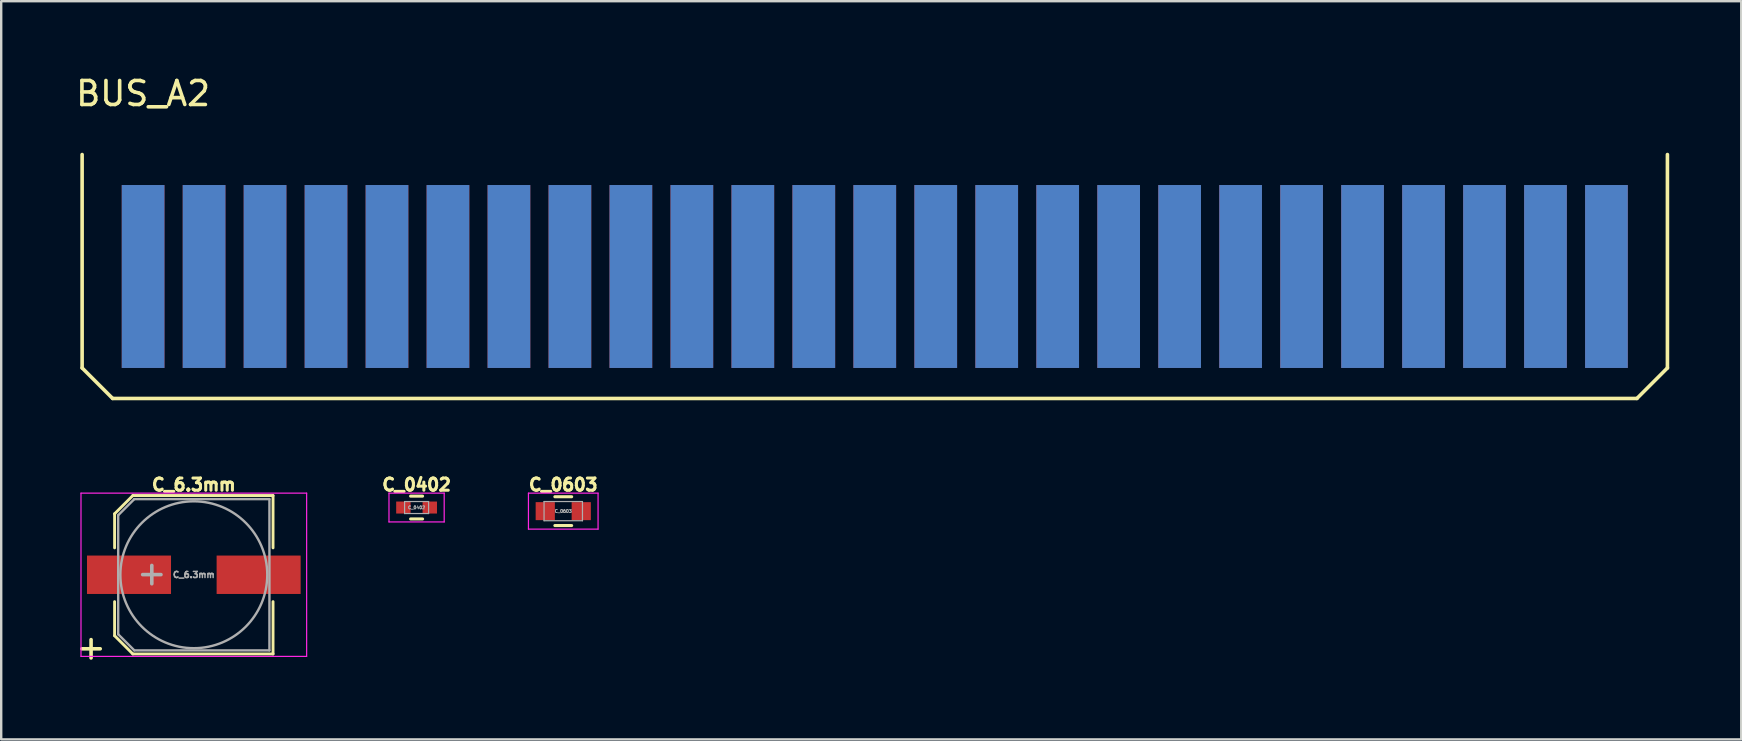
<source format=kicad_pcb>
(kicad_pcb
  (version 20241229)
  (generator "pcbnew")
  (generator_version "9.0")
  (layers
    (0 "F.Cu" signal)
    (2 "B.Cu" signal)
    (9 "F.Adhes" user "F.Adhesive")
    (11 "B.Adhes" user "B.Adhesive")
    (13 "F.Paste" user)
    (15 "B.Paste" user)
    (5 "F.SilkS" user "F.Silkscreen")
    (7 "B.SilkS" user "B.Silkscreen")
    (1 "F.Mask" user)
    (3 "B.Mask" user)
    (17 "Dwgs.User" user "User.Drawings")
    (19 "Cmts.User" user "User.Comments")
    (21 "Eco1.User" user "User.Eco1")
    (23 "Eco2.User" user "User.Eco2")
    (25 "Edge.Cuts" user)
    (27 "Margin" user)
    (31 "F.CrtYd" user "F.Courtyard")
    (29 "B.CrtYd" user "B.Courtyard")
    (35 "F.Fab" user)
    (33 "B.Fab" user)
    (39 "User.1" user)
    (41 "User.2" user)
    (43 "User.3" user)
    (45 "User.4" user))
  (footprint "C_0603"
    (layer "F.Cu")
    (at 20.414 18.243)
    (property "Reference" "C_0603" (at 0 -1.1 0) (layer "F.SilkS") (effects (font (size 0.508 0.508) (thickness 0.127))))
    (attr smd)
    (fp_line (start -0.35 -0.6) (end 0.35 -0.6) (stroke (width 0.127) (type solid)) (layer "F.SilkS"))
    (fp_line (start 0.35 0.6) (end -0.35 0.6) (stroke (width 0.127) (type solid)) (layer "F.SilkS"))
    (fp_line (start -1.45 -0.75) (end -1.45 0.75) (stroke (width 0.05) (type solid)) (layer "F.CrtYd"))
    (fp_line (start -1.45 -0.75) (end 1.45 -0.75) (stroke (width 0.05) (type solid)) (layer "F.CrtYd"))
    (fp_line (start -1.45 0.75) (end 1.45 0.75) (stroke (width 0.05) (type solid)) (layer "F.CrtYd"))
    (fp_line (start 1.45 -0.75) (end 1.45 0.75) (stroke (width 0.05) (type solid)) (layer "F.CrtYd"))
    (fp_line (start -0.8 -0.4) (end 0.8 -0.4) (stroke (width 0.05) (type solid)) (layer "F.Fab"))
    (fp_line (start -0.8 0.4) (end -0.8 -0.4) (stroke (width 0.05) (type solid)) (layer "F.Fab"))
    (fp_line (start 0.8 -0.4) (end 0.8 0.4) (stroke (width 0.05) (type solid)) (layer "F.Fab"))
    (fp_line (start 0.8 0.4) (end -0.8 0.4) (stroke (width 0.05) (type solid)) (layer "F.Fab"))
    (fp_text user "${REFERENCE}" (at 0 0 0) (layer "F.Fab") (effects (font (size 0.127 0.127) (thickness 0.032))))
    (pad "1" smd rect (at -0.75 0) (size 0.8 0.75) (layers "F.Cu" "F.Mask" "F.Paste"))
    (pad "2" smd rect (at 0.75 0) (size 0.8 0.75) (layers "F.Cu" "F.Mask" "F.Paste")))
  (footprint "C_6.3mm"
    (layer "F.Cu")
    (at 5.024 20.893)
    (property "Reference" "C_6.3mm" (at 0 -3.75 0) (layer "F.SilkS") (effects (font (size 0.508 0.508) (thickness 0.127))))
    (attr smd)
    (fp_line (start -3.3 -2.54) (end -3.3 -1.12) (stroke (width 0.12) (type solid)) (layer "F.SilkS"))
    (fp_line (start -3.3 -2.54) (end -2.54 -3.3) (stroke (width 0.12) (type solid)) (layer "F.SilkS"))
    (fp_line (start -3.3 2.54) (end -3.3 1.12) (stroke (width 0.12) (type solid)) (layer "F.SilkS"))
    (fp_line (start -2.54 -3.3) (end 3.3 -3.3) (stroke (width 0.12) (type solid)) (layer "F.SilkS"))
    (fp_line (start -2.54 3.3) (end -3.3 2.54) (stroke (width 0.12) (type solid)) (layer "F.SilkS"))
    (fp_line (start 3.3 -3.3) (end 3.3 -1.12) (stroke (width 0.12) (type solid)) (layer "F.SilkS"))
    (fp_line (start 3.3 3.3) (end -2.54 3.3) (stroke (width 0.12) (type solid)) (layer "F.SilkS"))
    (fp_line (start 3.3 3.3) (end 3.3 1.12) (stroke (width 0.12) (type solid)) (layer "F.SilkS"))
    (fp_line (start -4.7 -3.4) (end -4.7 3.4) (stroke (width 0.05) (type solid)) (layer "F.CrtYd"))
    (fp_line (start -4.7 -3.4) (end 4.7 -3.4) (stroke (width 0.05) (type solid)) (layer "F.CrtYd"))
    (fp_line (start 4.7 3.4) (end -4.7 3.4) (stroke (width 0.05) (type solid)) (layer "F.CrtYd"))
    (fp_line (start 4.7 3.4) (end 4.7 -3.4) (stroke (width 0.05) (type solid)) (layer "F.CrtYd"))
    (fp_line (start -3.15 -2.48) (end -3.15 2.48) (stroke (width 0.1) (type solid)) (layer "F.Fab"))
    (fp_line (start -3.15 2.48) (end -2.48 3.15) (stroke (width 0.1) (type solid)) (layer "F.Fab"))
    (fp_line (start -2.48 -3.15) (end -3.15 -2.48) (stroke (width 0.1) (type solid)) (layer "F.Fab"))
    (fp_line (start -2.48 3.15) (end 3.15 3.15) (stroke (width 0.1) (type solid)) (layer "F.Fab"))
    (fp_line (start 3.15 -3.15) (end -2.48 -3.15) (stroke (width 0.1) (type solid)) (layer "F.Fab"))
    (fp_line (start 3.15 3.15) (end 3.15 -3.15) (stroke (width 0.1) (type solid)) (layer "F.Fab"))
    (fp_circle (center 0 0) (end 0.6 3) (stroke (width 0.1) (type solid)) (fill no) (layer "F.Fab"))
    (fp_text user "+" (at -4.28 3.01 0) (layer "F.SilkS") (effects (font (size 1 1) (thickness 0.15))))
    (fp_text user "+" (at -1.75 -0.08 0) (layer "F.Fab") (effects (font (size 1 1) (thickness 0.15))))
    (fp_text user "${REFERENCE}" (at 0 0 0) (layer "F.Fab") (effects (font (size 0.254 0.254) (thickness 0.064))))
    (pad "1" smd rect (at -2.7 0 180) (size 3.5 1.6) (layers "F.Cu" "F.Mask" "F.Paste"))
    (pad "2" smd rect (at 2.7 0 180) (size 3.5 1.6) (layers "F.Cu" "F.Mask" "F.Paste")))
  (footprint "BUS_A2"
    (layer "F.Cu")
    (at 25.771 8.468)
    (property "Reference" "BUS_A2" (at -22.86 -7.62 0) (layer "F.SilkS") (effects (font (size 1 1) (thickness 0.15))))
    (attr through_hole)
    (fp_line (start -25.4 3.81) (end -25.4 -5.08) (stroke (width 0.15) (type solid)) (layer "F.SilkS"))
    (fp_line (start -24.13 5.08) (end -25.4 3.81) (stroke (width 0.15) (type solid)) (layer "F.SilkS"))
    (fp_line (start 39.37 5.08) (end -24.13 5.08) (stroke (width 0.15) (type solid)) (layer "F.SilkS"))
    (fp_line (start 40.64 -5.08) (end 40.64 3.81) (stroke (width 0.15) (type solid)) (layer "F.SilkS"))
    (fp_line (start 40.64 3.81) (end 39.37 5.08) (stroke (width 0.15) (type solid)) (layer "F.SilkS"))
    (pad "1" connect rect (at -22.86 0 180) (size 1.778 7.62) (layers "F.Cu" "F.Mask"))
    (pad "2" connect rect (at -20.32 0 180) (size 1.778 7.62) (layers "F.Cu" "F.Mask"))
    (pad "3" connect rect (at -17.78 0 180) (size 1.778 7.62) (layers "F.Cu" "F.Mask"))
    (pad "4" connect rect (at -15.24 0 180) (size 1.778 7.62) (layers "F.Cu" "F.Mask"))
    (pad "5" connect rect (at -12.7 0 180) (size 1.778 7.62) (layers "F.Cu" "F.Mask"))
    (pad "6" connect rect (at -10.16 0 180) (size 1.778 7.62) (layers "F.Cu" "F.Mask"))
    (pad "7" connect rect (at -7.62 0 180) (size 1.778 7.62) (layers "F.Cu" "F.Mask"))
    (pad "8" connect rect (at -5.08 0 180) (size 1.778 7.62) (layers "F.Cu" "F.Mask"))
    (pad "9" connect rect (at -2.54 0 180) (size 1.778 7.62) (layers "F.Cu" "F.Mask"))
    (pad "10" connect rect (at 0 0 180) (size 1.778 7.62) (layers "F.Cu" "F.Mask"))
    (pad "11" connect rect (at 2.54 0 180) (size 1.778 7.62) (layers "F.Cu" "F.Mask"))
    (pad "12" connect rect (at 5.08 0 180) (size 1.778 7.62) (layers "F.Cu" "F.Mask"))
    (pad "13" connect rect (at 7.62 0 180) (size 1.778 7.62) (layers "F.Cu" "F.Mask"))
    (pad "14" connect rect (at 10.16 0 180) (size 1.778 7.62) (layers "F.Cu" "F.Mask"))
    (pad "15" connect rect (at 12.7 0 180) (size 1.778 7.62) (layers "F.Cu" "F.Mask"))
    (pad "16" connect rect (at 15.24 0 180) (size 1.778 7.62) (layers "F.Cu" "F.Mask"))
    (pad "17" connect rect (at 17.78 0 180) (size 1.778 7.62) (layers "F.Cu" "F.Mask"))
    (pad "18" connect rect (at 20.32 0 180) (size 1.778 7.62) (layers "F.Cu" "F.Mask"))
    (pad "19" connect rect (at 22.86 0 180) (size 1.778 7.62) (layers "F.Cu" "F.Mask"))
    (pad "20" connect rect (at 25.4 0 180) (size 1.778 7.62) (layers "F.Cu" "F.Mask"))
    (pad "21" connect rect (at 27.94 0 180) (size 1.778 7.62) (layers "F.Cu" "F.Mask"))
    (pad "22" connect rect (at 30.48 0 180) (size 1.778 7.62) (layers "F.Cu" "F.Mask"))
    (pad "23" connect rect (at 33.02 0 180) (size 1.778 7.62) (layers "F.Cu" "F.Mask"))
    (pad "24" connect rect (at 35.56 0 180) (size 1.778 7.62) (layers "F.Cu" "F.Mask"))
    (pad "25" connect rect (at 38.1 0 180) (size 1.778 7.62) (layers "F.Cu" "F.Mask"))
    (pad "26" connect rect (at 38.1 0 180) (size 1.778 7.62) (layers "B.Cu" "B.Mask"))
    (pad "27" connect rect (at 35.56 0 180) (size 1.778 7.62) (layers "B.Cu" "B.Mask"))
    (pad "28" connect rect (at 33.02 0 180) (size 1.778 7.62) (layers "B.Cu" "B.Mask"))
    (pad "29" connect rect (at 30.48 0 180) (size 1.778 7.62) (layers "B.Cu" "B.Mask"))
    (pad "30" connect rect (at 27.94 0 180) (size 1.778 7.62) (layers "B.Cu" "B.Mask"))
    (pad "31" connect rect (at 25.4 0 180) (size 1.778 7.62) (layers "B.Cu" "B.Mask"))
    (pad "32" connect rect (at 22.86 0 180) (size 1.778 7.62) (layers "B.Cu" "B.Mask"))
    (pad "33" connect rect (at 20.32 0 180) (size 1.778 7.62) (layers "B.Cu" "B.Mask"))
    (pad "34" connect rect (at 17.78 0 180) (size 1.778 7.62) (layers "B.Cu" "B.Mask"))
    (pad "35" connect rect (at 15.24 0 180) (size 1.778 7.62) (layers "B.Cu" "B.Mask"))
    (pad "36" connect rect (at 12.7 0 180) (size 1.778 7.62) (layers "B.Cu" "B.Mask"))
    (pad "37" connect rect (at 10.16 0 180) (size 1.778 7.62) (layers "B.Cu" "B.Mask"))
    (pad "38" connect rect (at 7.62 0 180) (size 1.778 7.62) (layers "B.Cu" "B.Mask"))
    (pad "39" connect rect (at 5.08 0 180) (size 1.778 7.62) (layers "B.Cu" "B.Mask"))
    (pad "40" connect rect (at 2.54 0 180) (size 1.778 7.62) (layers "B.Cu" "B.Mask"))
    (pad "41" connect rect (at 0 0 180) (size 1.778 7.62) (layers "B.Cu" "B.Mask"))
    (pad "42" connect rect (at -2.54 0 180) (size 1.778 7.62) (layers "B.Cu" "B.Mask"))
    (pad "43" connect rect (at -5.08 0 180) (size 1.778 7.62) (layers "B.Cu" "B.Mask"))
    (pad "44" connect rect (at -7.62 0 180) (size 1.778 7.62) (layers "B.Cu" "B.Mask"))
    (pad "45" connect rect (at -10.16 0 180) (size 1.778 7.62) (layers "B.Cu" "B.Mask"))
    (pad "46" connect rect (at -12.7 0 180) (size 1.778 7.62) (layers "B.Cu" "B.Mask"))
    (pad "47" connect rect (at -15.24 0 180) (size 1.778 7.62) (layers "B.Cu" "B.Mask"))
    (pad "48" connect rect (at -17.78 0 180) (size 1.778 7.62) (layers "B.Cu" "B.Mask"))
    (pad "49" connect rect (at -20.32 0 180) (size 1.778 7.62) (layers "B.Cu" "B.Mask"))
    (pad "50" connect rect (at -22.86 0 180) (size 1.778 7.62) (layers "B.Cu" "B.Mask")))
  (footprint "C_0402"
    (layer "F.Cu")
    (at 14.304 18.093)
    (property "Reference" "C_0402" (at 0 -0.95 0) (layer "F.SilkS") (effects (font (size 0.508 0.508) (thickness 0.127))))
    (attr smd)
    (fp_line (start -0.25 0.475) (end 0.25 0.475) (stroke (width 0.127) (type solid)) (layer "F.SilkS"))
    (fp_line (start 0.25 -0.475) (end -0.25 -0.475) (stroke (width 0.127) (type solid)) (layer "F.SilkS"))
    (fp_line (start -1.15 -0.6) (end -1.15 0.6) (stroke (width 0.05) (type solid)) (layer "F.CrtYd"))
    (fp_line (start -1.15 -0.6) (end 1.15 -0.6) (stroke (width 0.05) (type solid)) (layer "F.CrtYd"))
    (fp_line (start -1.15 0.6) (end 1.15 0.6) (stroke (width 0.05) (type solid)) (layer "F.CrtYd"))
    (fp_line (start 1.15 -0.6) (end 1.15 0.6) (stroke (width 0.05) (type solid)) (layer "F.CrtYd"))
    (fp_line (start -0.5 -0.25) (end 0.5 -0.25) (stroke (width 0.05) (type solid)) (layer "F.Fab"))
    (fp_line (start -0.5 0.25) (end -0.5 -0.25) (stroke (width 0.05) (type solid)) (layer "F.Fab"))
    (fp_line (start 0.5 -0.25) (end 0.5 0.25) (stroke (width 0.05) (type solid)) (layer "F.Fab"))
    (fp_line (start 0.5 0.25) (end -0.5 0.25) (stroke (width 0.05) (type solid)) (layer "F.Fab"))
    (fp_text user "${REFERENCE}" (at 0 0 0) (layer "F.Fab") (effects (font (size 0.127 0.127) (thickness 0.032))))
    (pad "1" smd rect (at -0.55 0) (size 0.6 0.5) (layers "F.Cu" "F.Mask" "F.Paste"))
    (pad "2" smd rect (at 0.55 0) (size 0.6 0.5) (layers "F.Cu" "F.Mask" "F.Paste")))
  (gr_rect
    (start -3 -3)
    (end 69.486 27.752)
    (stroke (width 0.1) (type default))
    (fill no)
    (layer "Edge.Cuts")))
</source>
